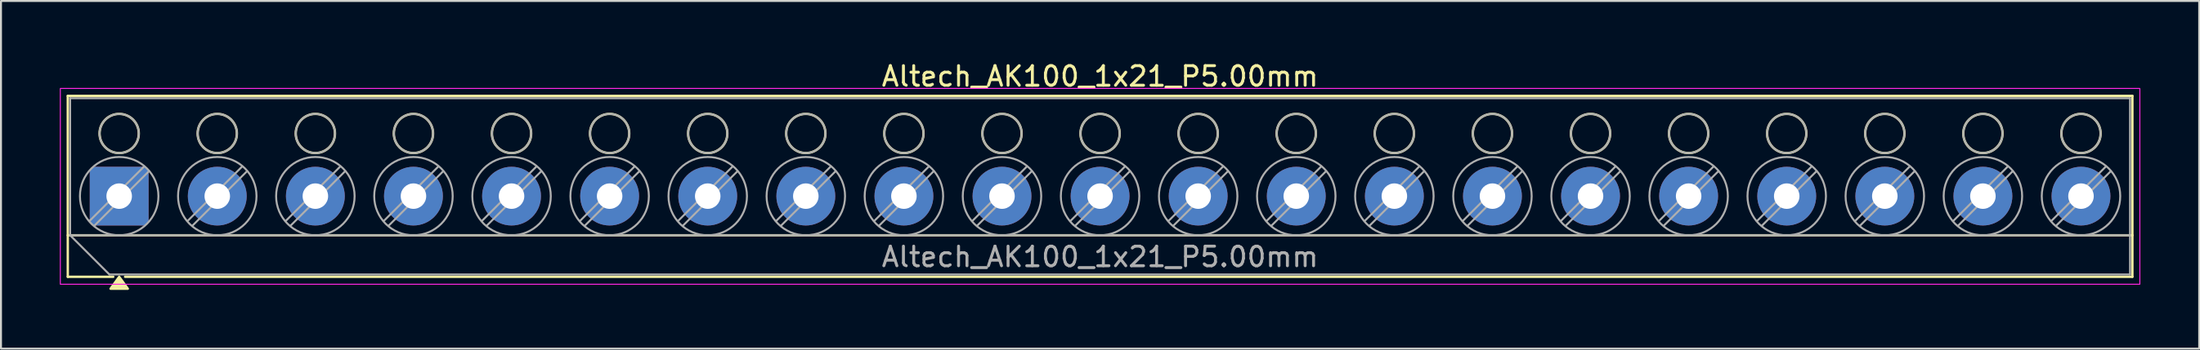
<source format=kicad_pcb>
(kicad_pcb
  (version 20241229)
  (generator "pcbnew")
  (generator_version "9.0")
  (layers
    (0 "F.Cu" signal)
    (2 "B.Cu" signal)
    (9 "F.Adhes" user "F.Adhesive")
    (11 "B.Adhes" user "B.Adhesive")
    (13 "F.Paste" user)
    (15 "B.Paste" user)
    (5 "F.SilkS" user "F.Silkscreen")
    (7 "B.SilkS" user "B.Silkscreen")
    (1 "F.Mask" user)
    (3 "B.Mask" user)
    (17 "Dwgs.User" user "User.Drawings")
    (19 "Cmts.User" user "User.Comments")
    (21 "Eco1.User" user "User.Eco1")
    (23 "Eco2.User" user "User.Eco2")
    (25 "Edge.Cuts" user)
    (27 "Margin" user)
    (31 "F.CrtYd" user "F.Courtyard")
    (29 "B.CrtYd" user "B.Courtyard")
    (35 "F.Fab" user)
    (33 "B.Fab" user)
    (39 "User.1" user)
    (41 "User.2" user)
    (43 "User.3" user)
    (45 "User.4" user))
  (footprint "Altech_AK100_1x21_P5.00mm"
    (layer "F.Cu")
    (at 3.025 6.968)
    (property "Reference" "Altech_AK100_1x21_P5.00mm" (at 50 -6.12 0) (layer "F.SilkS") (effects (font (size 1 1) (thickness 0.15))))
    (attr through_hole)
    (fp_line (start -2.62 -5.12) (end 102.62 -5.12) (stroke (width 0.12) (type solid)) (layer "F.SilkS"))
    (fp_line (start -2.62 2) (end 102.62 2) (stroke (width 0.12) (type solid)) (layer "F.SilkS"))
    (fp_line (start -2.62 4.12) (end -2.62 -5.12) (stroke (width 0.12) (type solid)) (layer "F.SilkS"))
    (fp_line (start -0.3 4.12) (end -2.62 4.12) (stroke (width 0.12) (type solid)) (layer "F.SilkS"))
    (fp_line (start 102.62 -5.12) (end 102.62 4.12) (stroke (width 0.12) (type solid)) (layer "F.SilkS"))
    (fp_line (start 102.62 4.12) (end 0.3 4.12) (stroke (width 0.12) (type solid)) (layer "F.SilkS"))
    (fp_circle (center 0 -3.2) (end 1 -3.2) (stroke (width 0.12) (type solid)) (fill no) (layer "F.SilkS"))
    (fp_circle (center 5 -3.2) (end 6 -3.2) (stroke (width 0.12) (type solid)) (fill no) (layer "F.SilkS"))
    (fp_circle (center 10 -3.2) (end 11 -3.2) (stroke (width 0.12) (type solid)) (fill no) (layer "F.SilkS"))
    (fp_circle (center 15 -3.2) (end 16 -3.2) (stroke (width 0.12) (type solid)) (fill no) (layer "F.SilkS"))
    (fp_circle (center 20 -3.2) (end 21 -3.2) (stroke (width 0.12) (type solid)) (fill no) (layer "F.SilkS"))
    (fp_circle (center 25 -3.2) (end 26 -3.2) (stroke (width 0.12) (type solid)) (fill no) (layer "F.SilkS"))
    (fp_circle (center 30 -3.2) (end 31 -3.2) (stroke (width 0.12) (type solid)) (fill no) (layer "F.SilkS"))
    (fp_circle (center 35 -3.2) (end 36 -3.2) (stroke (width 0.12) (type solid)) (fill no) (layer "F.SilkS"))
    (fp_circle (center 40 -3.2) (end 41 -3.2) (stroke (width 0.12) (type solid)) (fill no) (layer "F.SilkS"))
    (fp_circle (center 45 -3.2) (end 46 -3.2) (stroke (width 0.12) (type solid)) (fill no) (layer "F.SilkS"))
    (fp_circle (center 50 -3.2) (end 51 -3.2) (stroke (width 0.12) (type solid)) (fill no) (layer "F.SilkS"))
    (fp_circle (center 55 -3.2) (end 56 -3.2) (stroke (width 0.12) (type solid)) (fill no) (layer "F.SilkS"))
    (fp_circle (center 60 -3.2) (end 61 -3.2) (stroke (width 0.12) (type solid)) (fill no) (layer "F.SilkS"))
    (fp_circle (center 65 -3.2) (end 66 -3.2) (stroke (width 0.12) (type solid)) (fill no) (layer "F.SilkS"))
    (fp_circle (center 70 -3.2) (end 71 -3.2) (stroke (width 0.12) (type solid)) (fill no) (layer "F.SilkS"))
    (fp_circle (center 75 -3.2) (end 76 -3.2) (stroke (width 0.12) (type solid)) (fill no) (layer "F.SilkS"))
    (fp_circle (center 80 -3.2) (end 81 -3.2) (stroke (width 0.12) (type solid)) (fill no) (layer "F.SilkS"))
    (fp_circle (center 85 -3.2) (end 86 -3.2) (stroke (width 0.12) (type solid)) (fill no) (layer "F.SilkS"))
    (fp_circle (center 90 -3.2) (end 91 -3.2) (stroke (width 0.12) (type solid)) (fill no) (layer "F.SilkS"))
    (fp_circle (center 95 -3.2) (end 96 -3.2) (stroke (width 0.12) (type solid)) (fill no) (layer "F.SilkS"))
    (fp_circle (center 100 -3.2) (end 101 -3.2) (stroke (width 0.12) (type solid)) (fill no) (layer "F.SilkS"))
    (fp_poly (pts (xy 0 4.12) (xy 0.44 4.73) (xy -0.44 4.73)) (stroke (width 0.12) (type solid)) (fill yes) (layer "F.SilkS"))
    (fp_rect (start -3 -5.5) (end 103 4.5) (stroke (width 0.05) (type solid)) (fill no) (layer "F.CrtYd"))
    (fp_line (start -2.5 -5) (end 102.5 -5) (stroke (width 0.1) (type solid)) (layer "F.Fab"))
    (fp_line (start -2.5 2) (end -2.5 -5) (stroke (width 0.1) (type solid)) (layer "F.Fab"))
    (fp_line (start -2.5 2) (end 102.5 2) (stroke (width 0.1) (type solid)) (layer "F.Fab"))
    (fp_line (start -0.5 4) (end -2.5 2) (stroke (width 0.1) (type solid)) (layer "F.Fab"))
    (fp_line (start 1.273 -1.517) (end -1.517 1.273) (stroke (width 0.1) (type solid)) (layer "F.Fab"))
    (fp_line (start 1.517 -1.273) (end -1.273 1.517) (stroke (width 0.1) (type solid)) (layer "F.Fab"))
    (fp_line (start 6.273 -1.517) (end 3.483 1.273) (stroke (width 0.1) (type solid)) (layer "F.Fab"))
    (fp_line (start 6.517 -1.273) (end 3.727 1.517) (stroke (width 0.1) (type solid)) (layer "F.Fab"))
    (fp_line (start 11.273 -1.517) (end 8.483 1.273) (stroke (width 0.1) (type solid)) (layer "F.Fab"))
    (fp_line (start 11.517 -1.273) (end 8.727 1.517) (stroke (width 0.1) (type solid)) (layer "F.Fab"))
    (fp_line (start 16.273 -1.517) (end 13.483 1.273) (stroke (width 0.1) (type solid)) (layer "F.Fab"))
    (fp_line (start 16.517 -1.273) (end 13.727 1.517) (stroke (width 0.1) (type solid)) (layer "F.Fab"))
    (fp_line (start 21.273 -1.517) (end 18.483 1.273) (stroke (width 0.1) (type solid)) (layer "F.Fab"))
    (fp_line (start 21.517 -1.273) (end 18.727 1.517) (stroke (width 0.1) (type solid)) (layer "F.Fab"))
    (fp_line (start 26.273 -1.517) (end 23.483 1.273) (stroke (width 0.1) (type solid)) (layer "F.Fab"))
    (fp_line (start 26.517 -1.273) (end 23.727 1.517) (stroke (width 0.1) (type solid)) (layer "F.Fab"))
    (fp_line (start 31.273 -1.517) (end 28.483 1.273) (stroke (width 0.1) (type solid)) (layer "F.Fab"))
    (fp_line (start 31.517 -1.273) (end 28.727 1.517) (stroke (width 0.1) (type solid)) (layer "F.Fab"))
    (fp_line (start 36.273 -1.517) (end 33.483 1.273) (stroke (width 0.1) (type solid)) (layer "F.Fab"))
    (fp_line (start 36.517 -1.273) (end 33.727 1.517) (stroke (width 0.1) (type solid)) (layer "F.Fab"))
    (fp_line (start 41.273 -1.517) (end 38.483 1.273) (stroke (width 0.1) (type solid)) (layer "F.Fab"))
    (fp_line (start 41.517 -1.273) (end 38.727 1.517) (stroke (width 0.1) (type solid)) (layer "F.Fab"))
    (fp_line (start 46.273 -1.517) (end 43.483 1.273) (stroke (width 0.1) (type solid)) (layer "F.Fab"))
    (fp_line (start 46.517 -1.273) (end 43.727 1.517) (stroke (width 0.1) (type solid)) (layer "F.Fab"))
    (fp_line (start 51.273 -1.517) (end 48.483 1.273) (stroke (width 0.1) (type solid)) (layer "F.Fab"))
    (fp_line (start 51.517 -1.273) (end 48.727 1.517) (stroke (width 0.1) (type solid)) (layer "F.Fab"))
    (fp_line (start 56.273 -1.517) (end 53.483 1.273) (stroke (width 0.1) (type solid)) (layer "F.Fab"))
    (fp_line (start 56.517 -1.273) (end 53.727 1.517) (stroke (width 0.1) (type solid)) (layer "F.Fab"))
    (fp_line (start 61.273 -1.517) (end 58.483 1.273) (stroke (width 0.1) (type solid)) (layer "F.Fab"))
    (fp_line (start 61.517 -1.273) (end 58.727 1.517) (stroke (width 0.1) (type solid)) (layer "F.Fab"))
    (fp_line (start 66.273 -1.517) (end 63.483 1.273) (stroke (width 0.1) (type solid)) (layer "F.Fab"))
    (fp_line (start 66.517 -1.273) (end 63.727 1.517) (stroke (width 0.1) (type solid)) (layer "F.Fab"))
    (fp_line (start 71.273 -1.517) (end 68.483 1.273) (stroke (width 0.1) (type solid)) (layer "F.Fab"))
    (fp_line (start 71.517 -1.273) (end 68.727 1.517) (stroke (width 0.1) (type solid)) (layer "F.Fab"))
    (fp_line (start 76.273 -1.517) (end 73.483 1.273) (stroke (width 0.1) (type solid)) (layer "F.Fab"))
    (fp_line (start 76.517 -1.273) (end 73.727 1.517) (stroke (width 0.1) (type solid)) (layer "F.Fab"))
    (fp_line (start 81.273 -1.517) (end 78.483 1.273) (stroke (width 0.1) (type solid)) (layer "F.Fab"))
    (fp_line (start 81.517 -1.273) (end 78.727 1.517) (stroke (width 0.1) (type solid)) (layer "F.Fab"))
    (fp_line (start 86.273 -1.517) (end 83.483 1.273) (stroke (width 0.1) (type solid)) (layer "F.Fab"))
    (fp_line (start 86.517 -1.273) (end 83.727 1.517) (stroke (width 0.1) (type solid)) (layer "F.Fab"))
    (fp_line (start 91.273 -1.517) (end 88.483 1.273) (stroke (width 0.1) (type solid)) (layer "F.Fab"))
    (fp_line (start 91.517 -1.273) (end 88.727 1.517) (stroke (width 0.1) (type solid)) (layer "F.Fab"))
    (fp_line (start 96.273 -1.517) (end 93.483 1.273) (stroke (width 0.1) (type solid)) (layer "F.Fab"))
    (fp_line (start 96.517 -1.273) (end 93.727 1.517) (stroke (width 0.1) (type solid)) (layer "F.Fab"))
    (fp_line (start 101.273 -1.517) (end 98.483 1.273) (stroke (width 0.1) (type solid)) (layer "F.Fab"))
    (fp_line (start 101.517 -1.273) (end 98.727 1.517) (stroke (width 0.1) (type solid)) (layer "F.Fab"))
    (fp_line (start 102.5 -5) (end 102.5 4) (stroke (width 0.1) (type solid)) (layer "F.Fab"))
    (fp_line (start 102.5 4) (end -0.5 4) (stroke (width 0.1) (type solid)) (layer "F.Fab"))
    (fp_circle (center 0 -3.2) (end 1 -3.2) (stroke (width 0.1) (type solid)) (fill no) (layer "F.Fab"))
    (fp_circle (center 0 0) (end 2 0) (stroke (width 0.1) (type solid)) (fill no) (layer "F.Fab"))
    (fp_circle (center 5 -3.2) (end 6 -3.2) (stroke (width 0.1) (type solid)) (fill no) (layer "F.Fab"))
    (fp_circle (center 5 0) (end 7 0) (stroke (width 0.1) (type solid)) (fill no) (layer "F.Fab"))
    (fp_circle (center 10 -3.2) (end 11 -3.2) (stroke (width 0.1) (type solid)) (fill no) (layer "F.Fab"))
    (fp_circle (center 10 0) (end 12 0) (stroke (width 0.1) (type solid)) (fill no) (layer "F.Fab"))
    (fp_circle (center 15 -3.2) (end 16 -3.2) (stroke (width 0.1) (type solid)) (fill no) (layer "F.Fab"))
    (fp_circle (center 15 0) (end 17 0) (stroke (width 0.1) (type solid)) (fill no) (layer "F.Fab"))
    (fp_circle (center 20 -3.2) (end 21 -3.2) (stroke (width 0.1) (type solid)) (fill no) (layer "F.Fab"))
    (fp_circle (center 20 0) (end 22 0) (stroke (width 0.1) (type solid)) (fill no) (layer "F.Fab"))
    (fp_circle (center 25 -3.2) (end 26 -3.2) (stroke (width 0.1) (type solid)) (fill no) (layer "F.Fab"))
    (fp_circle (center 25 0) (end 27 0) (stroke (width 0.1) (type solid)) (fill no) (layer "F.Fab"))
    (fp_circle (center 30 -3.2) (end 31 -3.2) (stroke (width 0.1) (type solid)) (fill no) (layer "F.Fab"))
    (fp_circle (center 30 0) (end 32 0) (stroke (width 0.1) (type solid)) (fill no) (layer "F.Fab"))
    (fp_circle (center 35 -3.2) (end 36 -3.2) (stroke (width 0.1) (type solid)) (fill no) (layer "F.Fab"))
    (fp_circle (center 35 0) (end 37 0) (stroke (width 0.1) (type solid)) (fill no) (layer "F.Fab"))
    (fp_circle (center 40 -3.2) (end 41 -3.2) (stroke (width 0.1) (type solid)) (fill no) (layer "F.Fab"))
    (fp_circle (center 40 0) (end 42 0) (stroke (width 0.1) (type solid)) (fill no) (layer "F.Fab"))
    (fp_circle (center 45 -3.2) (end 46 -3.2) (stroke (width 0.1) (type solid)) (fill no) (layer "F.Fab"))
    (fp_circle (center 45 0) (end 47 0) (stroke (width 0.1) (type solid)) (fill no) (layer "F.Fab"))
    (fp_circle (center 50 -3.2) (end 51 -3.2) (stroke (width 0.1) (type solid)) (fill no) (layer "F.Fab"))
    (fp_circle (center 50 0) (end 52 0) (stroke (width 0.1) (type solid)) (fill no) (layer "F.Fab"))
    (fp_circle (center 55 -3.2) (end 56 -3.2) (stroke (width 0.1) (type solid)) (fill no) (layer "F.Fab"))
    (fp_circle (center 55 0) (end 57 0) (stroke (width 0.1) (type solid)) (fill no) (layer "F.Fab"))
    (fp_circle (center 60 -3.2) (end 61 -3.2) (stroke (width 0.1) (type solid)) (fill no) (layer "F.Fab"))
    (fp_circle (center 60 0) (end 62 0) (stroke (width 0.1) (type solid)) (fill no) (layer "F.Fab"))
    (fp_circle (center 65 -3.2) (end 66 -3.2) (stroke (width 0.1) (type solid)) (fill no) (layer "F.Fab"))
    (fp_circle (center 65 0) (end 67 0) (stroke (width 0.1) (type solid)) (fill no) (layer "F.Fab"))
    (fp_circle (center 70 -3.2) (end 71 -3.2) (stroke (width 0.1) (type solid)) (fill no) (layer "F.Fab"))
    (fp_circle (center 70 0) (end 72 0) (stroke (width 0.1) (type solid)) (fill no) (layer "F.Fab"))
    (fp_circle (center 75 -3.2) (end 76 -3.2) (stroke (width 0.1) (type solid)) (fill no) (layer "F.Fab"))
    (fp_circle (center 75 0) (end 77 0) (stroke (width 0.1) (type solid)) (fill no) (layer "F.Fab"))
    (fp_circle (center 80 -3.2) (end 81 -3.2) (stroke (width 0.1) (type solid)) (fill no) (layer "F.Fab"))
    (fp_circle (center 80 0) (end 82 0) (stroke (width 0.1) (type solid)) (fill no) (layer "F.Fab"))
    (fp_circle (center 85 -3.2) (end 86 -3.2) (stroke (width 0.1) (type solid)) (fill no) (layer "F.Fab"))
    (fp_circle (center 85 0) (end 87 0) (stroke (width 0.1) (type solid)) (fill no) (layer "F.Fab"))
    (fp_circle (center 90 -3.2) (end 91 -3.2) (stroke (width 0.1) (type solid)) (fill no) (layer "F.Fab"))
    (fp_circle (center 90 0) (end 92 0) (stroke (width 0.1) (type solid)) (fill no) (layer "F.Fab"))
    (fp_circle (center 95 -3.2) (end 96 -3.2) (stroke (width 0.1) (type solid)) (fill no) (layer "F.Fab"))
    (fp_circle (center 95 0) (end 97 0) (stroke (width 0.1) (type solid)) (fill no) (layer "F.Fab"))
    (fp_circle (center 100 -3.2) (end 101 -3.2) (stroke (width 0.1) (type solid)) (fill no) (layer "F.Fab"))
    (fp_circle (center 100 0) (end 102 0) (stroke (width 0.1) (type solid)) (fill no) (layer "F.Fab"))
    (fp_text user "${REFERENCE}" (at 50 3.1 0) (layer "F.Fab") (effects (font (size 1 1) (thickness 0.15))))
    (pad "1" thru_hole roundrect (at 0 0) (size 3 3) (drill 1.3) (layers "*.Cu" "*.Mask") (roundrect_rratio 0.083))
    (pad "2" thru_hole circle (at 5 0) (size 3 3) (drill 1.3) (layers "*.Cu" "*.Mask"))
    (pad "3" thru_hole circle (at 10 0) (size 3 3) (drill 1.3) (layers "*.Cu" "*.Mask"))
    (pad "4" thru_hole circle (at 15 0) (size 3 3) (drill 1.3) (layers "*.Cu" "*.Mask"))
    (pad "5" thru_hole circle (at 20 0) (size 3 3) (drill 1.3) (layers "*.Cu" "*.Mask"))
    (pad "6" thru_hole circle (at 25 0) (size 3 3) (drill 1.3) (layers "*.Cu" "*.Mask"))
    (pad "7" thru_hole circle (at 30 0) (size 3 3) (drill 1.3) (layers "*.Cu" "*.Mask"))
    (pad "8" thru_hole circle (at 35 0) (size 3 3) (drill 1.3) (layers "*.Cu" "*.Mask"))
    (pad "9" thru_hole circle (at 40 0) (size 3 3) (drill 1.3) (layers "*.Cu" "*.Mask"))
    (pad "10" thru_hole circle (at 45 0) (size 3 3) (drill 1.3) (layers "*.Cu" "*.Mask"))
    (pad "11" thru_hole circle (at 50 0) (size 3 3) (drill 1.3) (layers "*.Cu" "*.Mask"))
    (pad "12" thru_hole circle (at 55 0) (size 3 3) (drill 1.3) (layers "*.Cu" "*.Mask"))
    (pad "13" thru_hole circle (at 60 0) (size 3 3) (drill 1.3) (layers "*.Cu" "*.Mask"))
    (pad "14" thru_hole circle (at 65 0) (size 3 3) (drill 1.3) (layers "*.Cu" "*.Mask"))
    (pad "15" thru_hole circle (at 70 0) (size 3 3) (drill 1.3) (layers "*.Cu" "*.Mask"))
    (pad "16" thru_hole circle (at 75 0) (size 3 3) (drill 1.3) (layers "*.Cu" "*.Mask"))
    (pad "17" thru_hole circle (at 80 0) (size 3 3) (drill 1.3) (layers "*.Cu" "*.Mask"))
    (pad "18" thru_hole circle (at 85 0) (size 3 3) (drill 1.3) (layers "*.Cu" "*.Mask"))
    (pad "19" thru_hole circle (at 90 0) (size 3 3) (drill 1.3) (layers "*.Cu" "*.Mask"))
    (pad "20" thru_hole circle (at 95 0) (size 3 3) (drill 1.3) (layers "*.Cu" "*.Mask"))
    (pad "21" thru_hole circle (at 100 0) (size 3 3) (drill 1.3) (layers "*.Cu" "*.Mask")))
  (gr_rect
    (start -3 -3)
    (end 109.05 14.758)
    (stroke (width 0.1) (type default))
    (fill no)
    (layer "Edge.Cuts")))
</source>
